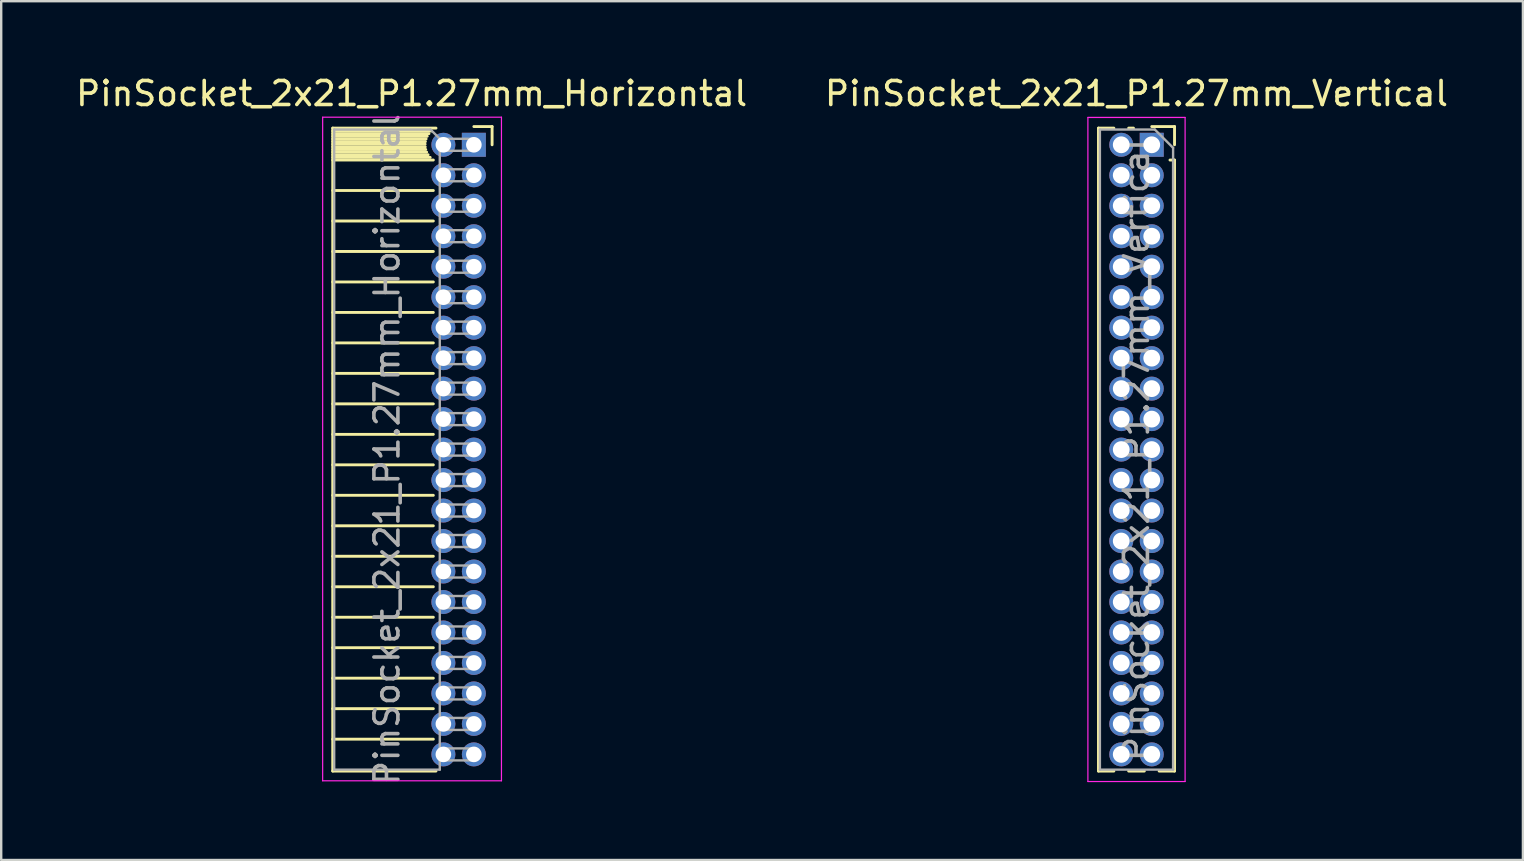
<source format=kicad_pcb>
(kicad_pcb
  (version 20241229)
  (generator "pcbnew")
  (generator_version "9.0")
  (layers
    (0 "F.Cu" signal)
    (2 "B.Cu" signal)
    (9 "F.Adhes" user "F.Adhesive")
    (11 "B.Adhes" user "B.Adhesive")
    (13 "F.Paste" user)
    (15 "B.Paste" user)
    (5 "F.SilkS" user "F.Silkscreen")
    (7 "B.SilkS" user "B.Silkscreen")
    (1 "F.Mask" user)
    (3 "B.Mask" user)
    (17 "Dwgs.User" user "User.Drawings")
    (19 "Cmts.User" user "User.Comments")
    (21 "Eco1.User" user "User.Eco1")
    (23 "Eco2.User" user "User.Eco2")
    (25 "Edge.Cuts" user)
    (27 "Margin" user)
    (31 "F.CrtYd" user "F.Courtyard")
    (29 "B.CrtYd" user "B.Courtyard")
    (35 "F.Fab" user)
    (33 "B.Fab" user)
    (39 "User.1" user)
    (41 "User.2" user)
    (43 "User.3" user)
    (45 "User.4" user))
  (footprint "PinSocket_2x21_P1.27mm_Horizontal"
    (layer "F.Cu")
    (at 16.694 2.983)
    (property "Reference" "PinSocket_2x21_P1.27mm_Horizontal" (at -2.592 -2.135 0) (layer "F.SilkS") (effects (font (size 1 1) (thickness 0.15))))
    (attr through_hole)
    (fp_line (start -5.88 -0.695) (end -5.88 26.095) (stroke (width 0.12) (type solid)) (layer "F.SilkS"))
    (fp_line (start -5.88 -0.695) (end -1.578 -0.695) (stroke (width 0.12) (type solid)) (layer "F.SilkS"))
    (fp_line (start -5.88 -0.575) (end -1.767 -0.575) (stroke (width 0.12) (type solid)) (layer "F.SilkS"))
    (fp_line (start -5.88 -0.465) (end -1.871 -0.465) (stroke (width 0.12) (type solid)) (layer "F.SilkS"))
    (fp_line (start -5.88 -0.355) (end -1.942 -0.355) (stroke (width 0.12) (type solid)) (layer "F.SilkS"))
    (fp_line (start -5.88 -0.245) (end -1.989 -0.245) (stroke (width 0.12) (type solid)) (layer "F.SilkS"))
    (fp_line (start -5.88 -0.135) (end -2.018 -0.135) (stroke (width 0.12) (type solid)) (layer "F.SilkS"))
    (fp_line (start -5.88 -0.025) (end -2.03 -0.025) (stroke (width 0.12) (type solid)) (layer "F.SilkS"))
    (fp_line (start -5.88 0.085) (end -2.025 0.085) (stroke (width 0.12) (type solid)) (layer "F.SilkS"))
    (fp_line (start -5.88 0.195) (end -2.005 0.195) (stroke (width 0.12) (type solid)) (layer "F.SilkS"))
    (fp_line (start -5.88 0.305) (end -1.966 0.305) (stroke (width 0.12) (type solid)) (layer "F.SilkS"))
    (fp_line (start -5.88 0.415) (end -1.907 0.415) (stroke (width 0.12) (type solid)) (layer "F.SilkS"))
    (fp_line (start -5.88 0.525) (end -1.82 0.525) (stroke (width 0.12) (type solid)) (layer "F.SilkS"))
    (fp_line (start -5.88 0.635) (end -1.688 0.635) (stroke (width 0.12) (type solid)) (layer "F.SilkS"))
    (fp_line (start -5.88 1.905) (end -1.688 1.905) (stroke (width 0.12) (type solid)) (layer "F.SilkS"))
    (fp_line (start -5.88 3.175) (end -1.688 3.175) (stroke (width 0.12) (type solid)) (layer "F.SilkS"))
    (fp_line (start -5.88 4.445) (end -1.688 4.445) (stroke (width 0.12) (type solid)) (layer "F.SilkS"))
    (fp_line (start -5.88 5.715) (end -1.688 5.715) (stroke (width 0.12) (type solid)) (layer "F.SilkS"))
    (fp_line (start -5.88 6.985) (end -1.688 6.985) (stroke (width 0.12) (type solid)) (layer "F.SilkS"))
    (fp_line (start -5.88 8.255) (end -1.688 8.255) (stroke (width 0.12) (type solid)) (layer "F.SilkS"))
    (fp_line (start -5.88 9.525) (end -1.688 9.525) (stroke (width 0.12) (type solid)) (layer "F.SilkS"))
    (fp_line (start -5.88 10.795) (end -1.688 10.795) (stroke (width 0.12) (type solid)) (layer "F.SilkS"))
    (fp_line (start -5.88 12.065) (end -1.688 12.065) (stroke (width 0.12) (type solid)) (layer "F.SilkS"))
    (fp_line (start -5.88 13.335) (end -1.688 13.335) (stroke (width 0.12) (type solid)) (layer "F.SilkS"))
    (fp_line (start -5.88 14.605) (end -1.688 14.605) (stroke (width 0.12) (type solid)) (layer "F.SilkS"))
    (fp_line (start -5.88 15.875) (end -1.688 15.875) (stroke (width 0.12) (type solid)) (layer "F.SilkS"))
    (fp_line (start -5.88 17.145) (end -1.688 17.145) (stroke (width 0.12) (type solid)) (layer "F.SilkS"))
    (fp_line (start -5.88 18.415) (end -1.688 18.415) (stroke (width 0.12) (type solid)) (layer "F.SilkS"))
    (fp_line (start -5.88 19.685) (end -1.688 19.685) (stroke (width 0.12) (type solid)) (layer "F.SilkS"))
    (fp_line (start -5.88 20.955) (end -1.688 20.955) (stroke (width 0.12) (type solid)) (layer "F.SilkS"))
    (fp_line (start -5.88 22.225) (end -1.688 22.225) (stroke (width 0.12) (type solid)) (layer "F.SilkS"))
    (fp_line (start -5.88 23.495) (end -1.688 23.495) (stroke (width 0.12) (type solid)) (layer "F.SilkS"))
    (fp_line (start -5.88 24.765) (end -1.688 24.765) (stroke (width 0.12) (type solid)) (layer "F.SilkS"))
    (fp_line (start -5.88 26.095) (end -1.578 26.095) (stroke (width 0.12) (type solid)) (layer "F.SilkS"))
    (fp_line (start 0 -0.76) (end 0.76 -0.76) (stroke (width 0.12) (type solid)) (layer "F.SilkS"))
    (fp_line (start 0.76 -0.76) (end 0.76 0) (stroke (width 0.12) (type solid)) (layer "F.SilkS"))
    (fp_line (start -6.3 -1.15) (end -6.3 26.5) (stroke (width 0.05) (type solid)) (layer "F.CrtYd"))
    (fp_line (start -6.3 26.5) (end 1.15 26.5) (stroke (width 0.05) (type solid)) (layer "F.CrtYd"))
    (fp_line (start 1.15 -1.15) (end -6.3 -1.15) (stroke (width 0.05) (type solid)) (layer "F.CrtYd"))
    (fp_line (start 1.15 26.5) (end 1.15 -1.15) (stroke (width 0.05) (type solid)) (layer "F.CrtYd"))
    (fp_line (start -5.82 -0.635) (end -1.805 -0.635) (stroke (width 0.1) (type solid)) (layer "F.Fab"))
    (fp_line (start -5.82 26.035) (end -5.82 -0.635) (stroke (width 0.1) (type solid)) (layer "F.Fab"))
    (fp_line (start -1.805 -0.635) (end -1.42 -0.25) (stroke (width 0.1) (type solid)) (layer "F.Fab"))
    (fp_line (start -1.42 -0.25) (end -1.42 26.035) (stroke (width 0.1) (type solid)) (layer "F.Fab"))
    (fp_line (start -1.42 0.25) (end 0 0.25) (stroke (width 0.1) (type solid)) (layer "F.Fab"))
    (fp_line (start -1.42 1.52) (end 0 1.52) (stroke (width 0.1) (type solid)) (layer "F.Fab"))
    (fp_line (start -1.42 2.79) (end 0 2.79) (stroke (width 0.1) (type solid)) (layer "F.Fab"))
    (fp_line (start -1.42 4.06) (end 0 4.06) (stroke (width 0.1) (type solid)) (layer "F.Fab"))
    (fp_line (start -1.42 5.33) (end 0 5.33) (stroke (width 0.1) (type solid)) (layer "F.Fab"))
    (fp_line (start -1.42 6.6) (end 0 6.6) (stroke (width 0.1) (type solid)) (layer "F.Fab"))
    (fp_line (start -1.42 7.87) (end 0 7.87) (stroke (width 0.1) (type solid)) (layer "F.Fab"))
    (fp_line (start -1.42 9.14) (end 0 9.14) (stroke (width 0.1) (type solid)) (layer "F.Fab"))
    (fp_line (start -1.42 10.41) (end 0 10.41) (stroke (width 0.1) (type solid)) (layer "F.Fab"))
    (fp_line (start -1.42 11.68) (end 0 11.68) (stroke (width 0.1) (type solid)) (layer "F.Fab"))
    (fp_line (start -1.42 12.95) (end 0 12.95) (stroke (width 0.1) (type solid)) (layer "F.Fab"))
    (fp_line (start -1.42 14.22) (end 0 14.22) (stroke (width 0.1) (type solid)) (layer "F.Fab"))
    (fp_line (start -1.42 15.49) (end 0 15.49) (stroke (width 0.1) (type solid)) (layer "F.Fab"))
    (fp_line (start -1.42 16.76) (end 0 16.76) (stroke (width 0.1) (type solid)) (layer "F.Fab"))
    (fp_line (start -1.42 18.03) (end 0 18.03) (stroke (width 0.1) (type solid)) (layer "F.Fab"))
    (fp_line (start -1.42 19.3) (end 0 19.3) (stroke (width 0.1) (type solid)) (layer "F.Fab"))
    (fp_line (start -1.42 20.57) (end 0 20.57) (stroke (width 0.1) (type solid)) (layer "F.Fab"))
    (fp_line (start -1.42 21.84) (end 0 21.84) (stroke (width 0.1) (type solid)) (layer "F.Fab"))
    (fp_line (start -1.42 23.11) (end 0 23.11) (stroke (width 0.1) (type solid)) (layer "F.Fab"))
    (fp_line (start -1.42 24.38) (end 0 24.38) (stroke (width 0.1) (type solid)) (layer "F.Fab"))
    (fp_line (start -1.42 25.65) (end 0 25.65) (stroke (width 0.1) (type solid)) (layer "F.Fab"))
    (fp_line (start -1.42 26.035) (end -5.82 26.035) (stroke (width 0.1) (type solid)) (layer "F.Fab"))
    (fp_line (start 0 -0.25) (end -1.42 -0.25) (stroke (width 0.1) (type solid)) (layer "F.Fab"))
    (fp_line (start 0 0.25) (end 0 -0.25) (stroke (width 0.1) (type solid)) (layer "F.Fab"))
    (fp_line (start 0 1.02) (end -1.42 1.02) (stroke (width 0.1) (type solid)) (layer "F.Fab"))
    (fp_line (start 0 1.52) (end 0 1.02) (stroke (width 0.1) (type solid)) (layer "F.Fab"))
    (fp_line (start 0 2.29) (end -1.42 2.29) (stroke (width 0.1) (type solid)) (layer "F.Fab"))
    (fp_line (start 0 2.79) (end 0 2.29) (stroke (width 0.1) (type solid)) (layer "F.Fab"))
    (fp_line (start 0 3.56) (end -1.42 3.56) (stroke (width 0.1) (type solid)) (layer "F.Fab"))
    (fp_line (start 0 4.06) (end 0 3.56) (stroke (width 0.1) (type solid)) (layer "F.Fab"))
    (fp_line (start 0 4.83) (end -1.42 4.83) (stroke (width 0.1) (type solid)) (layer "F.Fab"))
    (fp_line (start 0 5.33) (end 0 4.83) (stroke (width 0.1) (type solid)) (layer "F.Fab"))
    (fp_line (start 0 6.1) (end -1.42 6.1) (stroke (width 0.1) (type solid)) (layer "F.Fab"))
    (fp_line (start 0 6.6) (end 0 6.1) (stroke (width 0.1) (type solid)) (layer "F.Fab"))
    (fp_line (start 0 7.37) (end -1.42 7.37) (stroke (width 0.1) (type solid)) (layer "F.Fab"))
    (fp_line (start 0 7.87) (end 0 7.37) (stroke (width 0.1) (type solid)) (layer "F.Fab"))
    (fp_line (start 0 8.64) (end -1.42 8.64) (stroke (width 0.1) (type solid)) (layer "F.Fab"))
    (fp_line (start 0 9.14) (end 0 8.64) (stroke (width 0.1) (type solid)) (layer "F.Fab"))
    (fp_line (start 0 9.91) (end -1.42 9.91) (stroke (width 0.1) (type solid)) (layer "F.Fab"))
    (fp_line (start 0 10.41) (end 0 9.91) (stroke (width 0.1) (type solid)) (layer "F.Fab"))
    (fp_line (start 0 11.18) (end -1.42 11.18) (stroke (width 0.1) (type solid)) (layer "F.Fab"))
    (fp_line (start 0 11.68) (end 0 11.18) (stroke (width 0.1) (type solid)) (layer "F.Fab"))
    (fp_line (start 0 12.45) (end -1.42 12.45) (stroke (width 0.1) (type solid)) (layer "F.Fab"))
    (fp_line (start 0 12.95) (end 0 12.45) (stroke (width 0.1) (type solid)) (layer "F.Fab"))
    (fp_line (start 0 13.72) (end -1.42 13.72) (stroke (width 0.1) (type solid)) (layer "F.Fab"))
    (fp_line (start 0 14.22) (end 0 13.72) (stroke (width 0.1) (type solid)) (layer "F.Fab"))
    (fp_line (start 0 14.99) (end -1.42 14.99) (stroke (width 0.1) (type solid)) (layer "F.Fab"))
    (fp_line (start 0 15.49) (end 0 14.99) (stroke (width 0.1) (type solid)) (layer "F.Fab"))
    (fp_line (start 0 16.26) (end -1.42 16.26) (stroke (width 0.1) (type solid)) (layer "F.Fab"))
    (fp_line (start 0 16.76) (end 0 16.26) (stroke (width 0.1) (type solid)) (layer "F.Fab"))
    (fp_line (start 0 17.53) (end -1.42 17.53) (stroke (width 0.1) (type solid)) (layer "F.Fab"))
    (fp_line (start 0 18.03) (end 0 17.53) (stroke (width 0.1) (type solid)) (layer "F.Fab"))
    (fp_line (start 0 18.8) (end -1.42 18.8) (stroke (width 0.1) (type solid)) (layer "F.Fab"))
    (fp_line (start 0 19.3) (end 0 18.8) (stroke (width 0.1) (type solid)) (layer "F.Fab"))
    (fp_line (start 0 20.07) (end -1.42 20.07) (stroke (width 0.1) (type solid)) (layer "F.Fab"))
    (fp_line (start 0 20.57) (end 0 20.07) (stroke (width 0.1) (type solid)) (layer "F.Fab"))
    (fp_line (start 0 21.34) (end -1.42 21.34) (stroke (width 0.1) (type solid)) (layer "F.Fab"))
    (fp_line (start 0 21.84) (end 0 21.34) (stroke (width 0.1) (type solid)) (layer "F.Fab"))
    (fp_line (start 0 22.61) (end -1.42 22.61) (stroke (width 0.1) (type solid)) (layer "F.Fab"))
    (fp_line (start 0 23.11) (end 0 22.61) (stroke (width 0.1) (type solid)) (layer "F.Fab"))
    (fp_line (start 0 23.88) (end -1.42 23.88) (stroke (width 0.1) (type solid)) (layer "F.Fab"))
    (fp_line (start 0 24.38) (end 0 23.88) (stroke (width 0.1) (type solid)) (layer "F.Fab"))
    (fp_line (start 0 25.15) (end -1.42 25.15) (stroke (width 0.1) (type solid)) (layer "F.Fab"))
    (fp_line (start 0 25.65) (end 0 25.15) (stroke (width 0.1) (type solid)) (layer "F.Fab"))
    (fp_text user "${REFERENCE}" (at -3.62 12.7 90) (layer "F.Fab") (effects (font (size 1 1) (thickness 0.15))))
    (pad "1" thru_hole rect (at 0 0) (size 1 1) (drill 0.65) (layers "*.Cu" "*.Mask"))
    (pad "2" thru_hole circle (at -1.27 0) (size 1 1) (drill 0.65) (layers "*.Cu" "*.Mask"))
    (pad "3" thru_hole circle (at 0 1.27) (size 1 1) (drill 0.65) (layers "*.Cu" "*.Mask"))
    (pad "4" thru_hole circle (at -1.27 1.27) (size 1 1) (drill 0.65) (layers "*.Cu" "*.Mask"))
    (pad "5" thru_hole circle (at 0 2.54) (size 1 1) (drill 0.65) (layers "*.Cu" "*.Mask"))
    (pad "6" thru_hole circle (at -1.27 2.54) (size 1 1) (drill 0.65) (layers "*.Cu" "*.Mask"))
    (pad "7" thru_hole circle (at 0 3.81) (size 1 1) (drill 0.65) (layers "*.Cu" "*.Mask"))
    (pad "8" thru_hole circle (at -1.27 3.81) (size 1 1) (drill 0.65) (layers "*.Cu" "*.Mask"))
    (pad "9" thru_hole circle (at 0 5.08) (size 1 1) (drill 0.65) (layers "*.Cu" "*.Mask"))
    (pad "10" thru_hole circle (at -1.27 5.08) (size 1 1) (drill 0.65) (layers "*.Cu" "*.Mask"))
    (pad "11" thru_hole circle (at 0 6.35) (size 1 1) (drill 0.65) (layers "*.Cu" "*.Mask"))
    (pad "12" thru_hole circle (at -1.27 6.35) (size 1 1) (drill 0.65) (layers "*.Cu" "*.Mask"))
    (pad "13" thru_hole circle (at 0 7.62) (size 1 1) (drill 0.65) (layers "*.Cu" "*.Mask"))
    (pad "14" thru_hole circle (at -1.27 7.62) (size 1 1) (drill 0.65) (layers "*.Cu" "*.Mask"))
    (pad "15" thru_hole circle (at 0 8.89) (size 1 1) (drill 0.65) (layers "*.Cu" "*.Mask"))
    (pad "16" thru_hole circle (at -1.27 8.89) (size 1 1) (drill 0.65) (layers "*.Cu" "*.Mask"))
    (pad "17" thru_hole circle (at 0 10.16) (size 1 1) (drill 0.65) (layers "*.Cu" "*.Mask"))
    (pad "18" thru_hole circle (at -1.27 10.16) (size 1 1) (drill 0.65) (layers "*.Cu" "*.Mask"))
    (pad "19" thru_hole circle (at 0 11.43) (size 1 1) (drill 0.65) (layers "*.Cu" "*.Mask"))
    (pad "20" thru_hole circle (at -1.27 11.43) (size 1 1) (drill 0.65) (layers "*.Cu" "*.Mask"))
    (pad "21" thru_hole circle (at 0 12.7) (size 1 1) (drill 0.65) (layers "*.Cu" "*.Mask"))
    (pad "22" thru_hole circle (at -1.27 12.7) (size 1 1) (drill 0.65) (layers "*.Cu" "*.Mask"))
    (pad "23" thru_hole circle (at 0 13.97) (size 1 1) (drill 0.65) (layers "*.Cu" "*.Mask"))
    (pad "24" thru_hole circle (at -1.27 13.97) (size 1 1) (drill 0.65) (layers "*.Cu" "*.Mask"))
    (pad "25" thru_hole circle (at 0 15.24) (size 1 1) (drill 0.65) (layers "*.Cu" "*.Mask"))
    (pad "26" thru_hole circle (at -1.27 15.24) (size 1 1) (drill 0.65) (layers "*.Cu" "*.Mask"))
    (pad "27" thru_hole circle (at 0 16.51) (size 1 1) (drill 0.65) (layers "*.Cu" "*.Mask"))
    (pad "28" thru_hole circle (at -1.27 16.51) (size 1 1) (drill 0.65) (layers "*.Cu" "*.Mask"))
    (pad "29" thru_hole circle (at 0 17.78) (size 1 1) (drill 0.65) (layers "*.Cu" "*.Mask"))
    (pad "30" thru_hole circle (at -1.27 17.78) (size 1 1) (drill 0.65) (layers "*.Cu" "*.Mask"))
    (pad "31" thru_hole circle (at 0 19.05) (size 1 1) (drill 0.65) (layers "*.Cu" "*.Mask"))
    (pad "32" thru_hole circle (at -1.27 19.05) (size 1 1) (drill 0.65) (layers "*.Cu" "*.Mask"))
    (pad "33" thru_hole circle (at 0 20.32) (size 1 1) (drill 0.65) (layers "*.Cu" "*.Mask"))
    (pad "34" thru_hole circle (at -1.27 20.32) (size 1 1) (drill 0.65) (layers "*.Cu" "*.Mask"))
    (pad "35" thru_hole circle (at 0 21.59) (size 1 1) (drill 0.65) (layers "*.Cu" "*.Mask"))
    (pad "36" thru_hole circle (at -1.27 21.59) (size 1 1) (drill 0.65) (layers "*.Cu" "*.Mask"))
    (pad "37" thru_hole circle (at 0 22.86) (size 1 1) (drill 0.65) (layers "*.Cu" "*.Mask"))
    (pad "38" thru_hole circle (at -1.27 22.86) (size 1 1) (drill 0.65) (layers "*.Cu" "*.Mask"))
    (pad "39" thru_hole circle (at 0 24.13) (size 1 1) (drill 0.65) (layers "*.Cu" "*.Mask"))
    (pad "40" thru_hole circle (at -1.27 24.13) (size 1 1) (drill 0.65) (layers "*.Cu" "*.Mask"))
    (pad "41" thru_hole circle (at 0 25.4) (size 1 1) (drill 0.65) (layers "*.Cu" "*.Mask"))
    (pad "42" thru_hole circle (at -1.27 25.4) (size 1 1) (drill 0.65) (layers "*.Cu" "*.Mask")))
  (footprint "PinSocket_2x21_P1.27mm_Vertical"
    (layer "F.Cu")
    (at 44.939 2.983)
    (property "Reference" "PinSocket_2x21_P1.27mm_Vertical" (at -0.635 -2.135 0) (layer "F.SilkS") (effects (font (size 1 1) (thickness 0.15))))
    (attr through_hole)
    (fp_line (start -2.22 -0.695) (end -2.22 26.095) (stroke (width 0.12) (type solid)) (layer "F.SilkS"))
    (fp_line (start -2.22 -0.695) (end -1.578 -0.695) (stroke (width 0.12) (type solid)) (layer "F.SilkS"))
    (fp_line (start -2.22 26.095) (end -1.578 26.095) (stroke (width 0.12) (type solid)) (layer "F.SilkS"))
    (fp_line (start -0.962 -0.695) (end -0.76 -0.695) (stroke (width 0.12) (type solid)) (layer "F.SilkS"))
    (fp_line (start -0.962 26.095) (end -0.308 26.095) (stroke (width 0.12) (type solid)) (layer "F.SilkS"))
    (fp_line (start 0 -0.76) (end 0.95 -0.76) (stroke (width 0.12) (type solid)) (layer "F.SilkS"))
    (fp_line (start 0.308 26.095) (end 0.95 26.095) (stroke (width 0.12) (type solid)) (layer "F.SilkS"))
    (fp_line (start 0.76 0.635) (end 0.95 0.635) (stroke (width 0.12) (type solid)) (layer "F.SilkS"))
    (fp_line (start 0.95 -0.76) (end 0.95 0) (stroke (width 0.12) (type solid)) (layer "F.SilkS"))
    (fp_line (start 0.95 0.635) (end 0.95 26.095) (stroke (width 0.12) (type solid)) (layer "F.SilkS"))
    (fp_line (start -2.66 -1.14) (end 1.39 -1.14) (stroke (width 0.05) (type solid)) (layer "F.CrtYd"))
    (fp_line (start -2.66 26.53) (end -2.66 -1.14) (stroke (width 0.05) (type solid)) (layer "F.CrtYd"))
    (fp_line (start 1.39 -1.14) (end 1.39 26.53) (stroke (width 0.05) (type solid)) (layer "F.CrtYd"))
    (fp_line (start 1.39 26.53) (end -2.66 26.53) (stroke (width 0.05) (type solid)) (layer "F.CrtYd"))
    (fp_line (start -2.16 -0.635) (end 0.128 -0.635) (stroke (width 0.1) (type solid)) (layer "F.Fab"))
    (fp_line (start -2.16 26.035) (end -2.16 -0.635) (stroke (width 0.1) (type solid)) (layer "F.Fab"))
    (fp_line (start 0.128 -0.635) (end 0.89 0.127) (stroke (width 0.1) (type solid)) (layer "F.Fab"))
    (fp_line (start 0.89 0.127) (end 0.89 26.035) (stroke (width 0.1) (type solid)) (layer "F.Fab"))
    (fp_line (start 0.89 26.035) (end -2.16 26.035) (stroke (width 0.1) (type solid)) (layer "F.Fab"))
    (fp_text user "${REFERENCE}" (at -0.635 12.7 90) (layer "F.Fab") (effects (font (size 1 1) (thickness 0.15))))
    (pad "1" thru_hole rect (at 0 0) (size 1 1) (drill 0.7) (layers "*.Cu" "*.Mask"))
    (pad "2" thru_hole circle (at -1.27 0) (size 1 1) (drill 0.7) (layers "*.Cu" "*.Mask"))
    (pad "3" thru_hole circle (at 0 1.27) (size 1 1) (drill 0.7) (layers "*.Cu" "*.Mask"))
    (pad "4" thru_hole circle (at -1.27 1.27) (size 1 1) (drill 0.7) (layers "*.Cu" "*.Mask"))
    (pad "5" thru_hole circle (at 0 2.54) (size 1 1) (drill 0.7) (layers "*.Cu" "*.Mask"))
    (pad "6" thru_hole circle (at -1.27 2.54) (size 1 1) (drill 0.7) (layers "*.Cu" "*.Mask"))
    (pad "7" thru_hole circle (at 0 3.81) (size 1 1) (drill 0.7) (layers "*.Cu" "*.Mask"))
    (pad "8" thru_hole circle (at -1.27 3.81) (size 1 1) (drill 0.7) (layers "*.Cu" "*.Mask"))
    (pad "9" thru_hole circle (at 0 5.08) (size 1 1) (drill 0.7) (layers "*.Cu" "*.Mask"))
    (pad "10" thru_hole circle (at -1.27 5.08) (size 1 1) (drill 0.7) (layers "*.Cu" "*.Mask"))
    (pad "11" thru_hole circle (at 0 6.35) (size 1 1) (drill 0.7) (layers "*.Cu" "*.Mask"))
    (pad "12" thru_hole circle (at -1.27 6.35) (size 1 1) (drill 0.7) (layers "*.Cu" "*.Mask"))
    (pad "13" thru_hole circle (at 0 7.62) (size 1 1) (drill 0.7) (layers "*.Cu" "*.Mask"))
    (pad "14" thru_hole circle (at -1.27 7.62) (size 1 1) (drill 0.7) (layers "*.Cu" "*.Mask"))
    (pad "15" thru_hole circle (at 0 8.89) (size 1 1) (drill 0.7) (layers "*.Cu" "*.Mask"))
    (pad "16" thru_hole circle (at -1.27 8.89) (size 1 1) (drill 0.7) (layers "*.Cu" "*.Mask"))
    (pad "17" thru_hole circle (at 0 10.16) (size 1 1) (drill 0.7) (layers "*.Cu" "*.Mask"))
    (pad "18" thru_hole circle (at -1.27 10.16) (size 1 1) (drill 0.7) (layers "*.Cu" "*.Mask"))
    (pad "19" thru_hole circle (at 0 11.43) (size 1 1) (drill 0.7) (layers "*.Cu" "*.Mask"))
    (pad "20" thru_hole circle (at -1.27 11.43) (size 1 1) (drill 0.7) (layers "*.Cu" "*.Mask"))
    (pad "21" thru_hole circle (at 0 12.7) (size 1 1) (drill 0.7) (layers "*.Cu" "*.Mask"))
    (pad "22" thru_hole circle (at -1.27 12.7) (size 1 1) (drill 0.7) (layers "*.Cu" "*.Mask"))
    (pad "23" thru_hole circle (at 0 13.97) (size 1 1) (drill 0.7) (layers "*.Cu" "*.Mask"))
    (pad "24" thru_hole circle (at -1.27 13.97) (size 1 1) (drill 0.7) (layers "*.Cu" "*.Mask"))
    (pad "25" thru_hole circle (at 0 15.24) (size 1 1) (drill 0.7) (layers "*.Cu" "*.Mask"))
    (pad "26" thru_hole circle (at -1.27 15.24) (size 1 1) (drill 0.7) (layers "*.Cu" "*.Mask"))
    (pad "27" thru_hole circle (at 0 16.51) (size 1 1) (drill 0.7) (layers "*.Cu" "*.Mask"))
    (pad "28" thru_hole circle (at -1.27 16.51) (size 1 1) (drill 0.7) (layers "*.Cu" "*.Mask"))
    (pad "29" thru_hole circle (at 0 17.78) (size 1 1) (drill 0.7) (layers "*.Cu" "*.Mask"))
    (pad "30" thru_hole circle (at -1.27 17.78) (size 1 1) (drill 0.7) (layers "*.Cu" "*.Mask"))
    (pad "31" thru_hole circle (at 0 19.05) (size 1 1) (drill 0.7) (layers "*.Cu" "*.Mask"))
    (pad "32" thru_hole circle (at -1.27 19.05) (size 1 1) (drill 0.7) (layers "*.Cu" "*.Mask"))
    (pad "33" thru_hole circle (at 0 20.32) (size 1 1) (drill 0.7) (layers "*.Cu" "*.Mask"))
    (pad "34" thru_hole circle (at -1.27 20.32) (size 1 1) (drill 0.7) (layers "*.Cu" "*.Mask"))
    (pad "35" thru_hole circle (at 0 21.59) (size 1 1) (drill 0.7) (layers "*.Cu" "*.Mask"))
    (pad "36" thru_hole circle (at -1.27 21.59) (size 1 1) (drill 0.7) (layers "*.Cu" "*.Mask"))
    (pad "37" thru_hole circle (at 0 22.86) (size 1 1) (drill 0.7) (layers "*.Cu" "*.Mask"))
    (pad "38" thru_hole circle (at -1.27 22.86) (size 1 1) (drill 0.7) (layers "*.Cu" "*.Mask"))
    (pad "39" thru_hole circle (at 0 24.13) (size 1 1) (drill 0.7) (layers "*.Cu" "*.Mask"))
    (pad "40" thru_hole circle (at -1.27 24.13) (size 1 1) (drill 0.7) (layers "*.Cu" "*.Mask"))
    (pad "41" thru_hole circle (at 0 25.4) (size 1 1) (drill 0.7) (layers "*.Cu" "*.Mask"))
    (pad "42" thru_hole circle (at -1.27 25.4) (size 1 1) (drill 0.7) (layers "*.Cu" "*.Mask")))
  (gr_rect
    (start -3 -3)
    (end 60.405 32.784)
    (stroke (width 0.1) (type default))
    (fill no)
    (layer "Edge.Cuts")))
</source>
